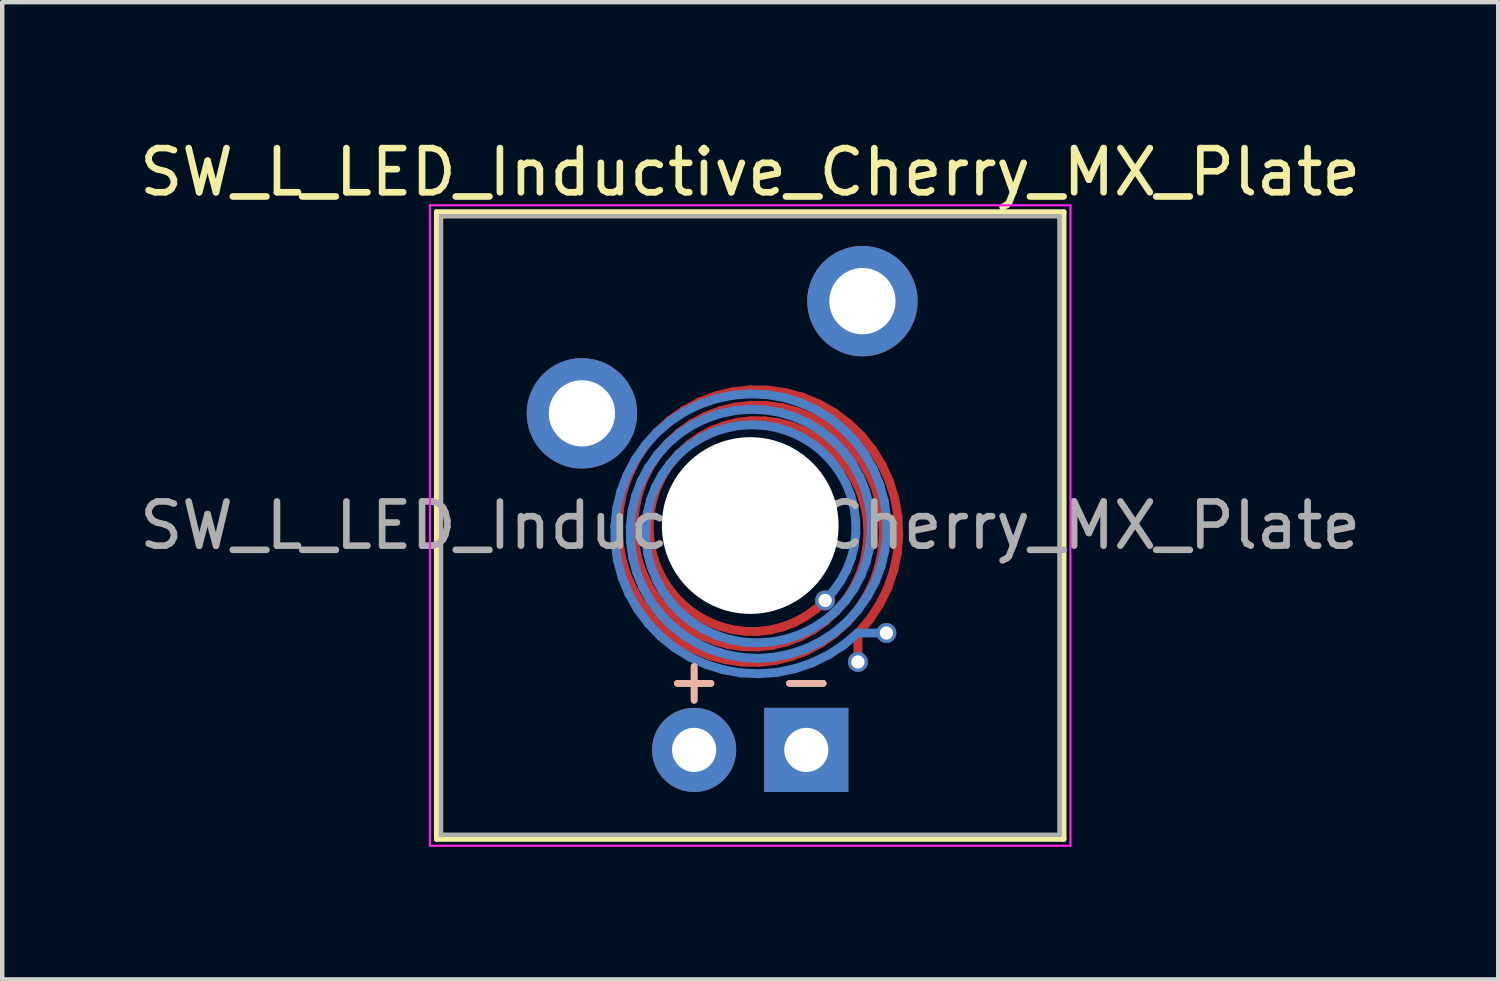
<source format=kicad_pcb>
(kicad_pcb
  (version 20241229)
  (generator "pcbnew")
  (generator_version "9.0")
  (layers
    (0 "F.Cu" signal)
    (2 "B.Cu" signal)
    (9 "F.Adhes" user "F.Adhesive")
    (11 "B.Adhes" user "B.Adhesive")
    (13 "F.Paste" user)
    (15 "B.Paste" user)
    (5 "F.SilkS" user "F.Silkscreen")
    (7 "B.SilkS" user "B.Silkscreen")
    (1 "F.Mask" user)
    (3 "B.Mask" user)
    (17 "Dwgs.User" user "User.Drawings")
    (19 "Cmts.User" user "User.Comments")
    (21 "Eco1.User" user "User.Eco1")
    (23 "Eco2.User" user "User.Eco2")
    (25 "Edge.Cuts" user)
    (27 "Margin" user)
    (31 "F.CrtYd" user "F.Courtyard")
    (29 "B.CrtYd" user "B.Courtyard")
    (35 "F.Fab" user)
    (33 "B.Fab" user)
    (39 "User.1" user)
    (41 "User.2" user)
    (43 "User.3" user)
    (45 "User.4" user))
  (footprint "SW_L_LED_Inductive_Cherry_MX_Plate"
    (layer "F.Cu")
    (at 13.935 8.848)
    (property "Reference" "SW_L_LED_Inductive_Cherry_MX_Plate" (at 0 -8 0) (layer "F.SilkS") (effects (font (size 1 1) (thickness 0.15))))
    (attr through_hole)
    (fp_line (start -2.988 0.003) (end -2.959 -0.384) (stroke (width 0.2) (type solid)) (layer "F.Cu"))
    (fp_line (start -2.969 0.39) (end -2.988 0.003) (stroke (width 0.2) (type solid)) (layer "F.Cu"))
    (fp_line (start -2.959 -0.384) (end -2.881 -0.766) (stroke (width 0.2) (type solid)) (layer "F.Cu"))
    (fp_line (start -2.902 0.771) (end -2.969 0.39) (stroke (width 0.2) (type solid)) (layer "F.Cu"))
    (fp_line (start -2.881 -0.766) (end -2.755 -1.136) (stroke (width 0.2) (type solid)) (layer "F.Cu"))
    (fp_line (start -2.788 1.14) (end -2.902 0.771) (stroke (width 0.2) (type solid)) (layer "F.Cu"))
    (fp_line (start -2.755 -1.136) (end -2.584 -1.487) (stroke (width 0.2) (type solid)) (layer "F.Cu"))
    (fp_line (start -2.639 0.014) (end -2.613 -0.33) (stroke (width 0.2) (type solid)) (layer "F.Cu"))
    (fp_line (start -2.628 1.49) (end -2.788 1.14) (stroke (width 0.2) (type solid)) (layer "F.Cu"))
    (fp_line (start -2.621 0.357) (end -2.639 0.014) (stroke (width 0.2) (type solid)) (layer "F.Cu"))
    (fp_line (start -2.613 -0.33) (end -2.545 -0.668) (stroke (width 0.2) (type solid)) (layer "F.Cu"))
    (fp_line (start -2.584 -1.487) (end -2.369 -1.815) (stroke (width 0.2) (type solid)) (layer "F.Cu"))
    (fp_line (start -2.56 0.695) (end -2.621 0.357) (stroke (width 0.2) (type solid)) (layer "F.Cu"))
    (fp_line (start -2.545 -0.668) (end -2.434 -0.997) (stroke (width 0.2) (type solid)) (layer "F.Cu"))
    (fp_line (start -2.458 1.021) (end -2.56 0.695) (stroke (width 0.2) (type solid)) (layer "F.Cu"))
    (fp_line (start -2.434 -0.997) (end -2.283 -1.309) (stroke (width 0.2) (type solid)) (layer "F.Cu"))
    (fp_line (start -2.427 1.817) (end -2.628 1.49) (stroke (width 0.2) (type solid)) (layer "F.Cu"))
    (fp_line (start -2.369 -1.815) (end -2.115 -2.115) (stroke (width 0.2) (type solid)) (layer "F.Cu"))
    (fp_line (start -2.316 1.331) (end -2.458 1.021) (stroke (width 0.2) (type solid)) (layer "F.Cu"))
    (fp_line (start -2.289 0.025) (end -2.267 -0.275) (stroke (width 0.2) (type solid)) (layer "F.Cu"))
    (fp_line (start -2.283 -1.309) (end -2.093 -1.601) (stroke (width 0.2) (type solid)) (layer "F.Cu"))
    (fp_line (start -2.272 0.324) (end -2.289 0.025) (stroke (width 0.2) (type solid)) (layer "F.Cu"))
    (fp_line (start -2.267 -0.275) (end -2.209 -0.571) (stroke (width 0.2) (type solid)) (layer "F.Cu"))
    (fp_line (start -2.219 0.618) (end -2.272 0.324) (stroke (width 0.2) (type solid)) (layer "F.Cu"))
    (fp_line (start -2.209 -0.571) (end -2.113 -0.858) (stroke (width 0.2) (type solid)) (layer "F.Cu"))
    (fp_line (start -2.186 2.116) (end -2.427 1.817) (stroke (width 0.2) (type solid)) (layer "F.Cu"))
    (fp_line (start -2.137 1.62) (end -2.316 1.331) (stroke (width 0.2) (type solid)) (layer "F.Cu"))
    (fp_line (start -2.129 0.902) (end -2.219 0.618) (stroke (width 0.2) (type solid)) (layer "F.Cu"))
    (fp_line (start -2.115 -2.115) (end -1.824 -2.38) (stroke (width 0.2) (type solid)) (layer "F.Cu"))
    (fp_line (start -2.113 -0.858) (end -1.981 -1.131) (stroke (width 0.2) (type solid)) (layer "F.Cu"))
    (fp_line (start -2.093 -1.601) (end -1.867 -1.867) (stroke (width 0.2) (type solid)) (layer "F.Cu"))
    (fp_line (start -2.005 1.172) (end -2.129 0.902) (stroke (width 0.2) (type solid)) (layer "F.Cu"))
    (fp_line (start -1.981 -1.131) (end -1.816 -1.386) (stroke (width 0.2) (type solid)) (layer "F.Cu"))
    (fp_line (start -1.924 1.884) (end -2.137 1.62) (stroke (width 0.2) (type solid)) (layer "F.Cu"))
    (fp_line (start -1.911 2.381) (end -2.186 2.116) (stroke (width 0.2) (type solid)) (layer "F.Cu"))
    (fp_line (start -1.867 -1.867) (end -1.609 -2.104) (stroke (width 0.2) (type solid)) (layer "F.Cu"))
    (fp_line (start -1.848 1.424) (end -2.005 1.172) (stroke (width 0.2) (type solid)) (layer "F.Cu"))
    (fp_line (start -1.824 -2.38) (end -1.501 -2.608) (stroke (width 0.2) (type solid)) (layer "F.Cu"))
    (fp_line (start -1.816 -1.386) (end -1.62 -1.62) (stroke (width 0.2) (type solid)) (layer "F.Cu"))
    (fp_line (start -1.68 2.119) (end -1.924 1.884) (stroke (width 0.2) (type solid)) (layer "F.Cu"))
    (fp_line (start -1.661 1.653) (end -1.848 1.424) (stroke (width 0.2) (type solid)) (layer "F.Cu"))
    (fp_line (start -1.62 -1.62) (end -1.395 -1.827) (stroke (width 0.2) (type solid)) (layer "F.Cu"))
    (fp_line (start -1.609 -2.104) (end -1.323 -2.307) (stroke (width 0.2) (type solid)) (layer "F.Cu"))
    (fp_line (start -1.605 2.609) (end -1.911 2.381) (stroke (width 0.2) (type solid)) (layer "F.Cu"))
    (fp_line (start -1.501 -2.608) (end -1.152 -2.794) (stroke (width 0.2) (type solid)) (layer "F.Cu"))
    (fp_line (start -1.448 1.856) (end -1.661 1.653) (stroke (width 0.2) (type solid)) (layer "F.Cu"))
    (fp_line (start -1.409 2.32) (end -1.68 2.119) (stroke (width 0.2) (type solid)) (layer "F.Cu"))
    (fp_line (start -1.395 -1.827) (end -1.145 -2.005) (stroke (width 0.2) (type solid)) (layer "F.Cu"))
    (fp_line (start -1.323 -2.307) (end -1.013 -2.472) (stroke (width 0.2) (type solid)) (layer "F.Cu"))
    (fp_line (start -1.274 2.797) (end -1.605 2.609) (stroke (width 0.2) (type solid)) (layer "F.Cu"))
    (fp_line (start -1.212 2.03) (end -1.448 1.856) (stroke (width 0.2) (type solid)) (layer "F.Cu"))
    (fp_line (start -1.152 -2.794) (end -0.782 -2.935) (stroke (width 0.2) (type solid)) (layer "F.Cu"))
    (fp_line (start -1.145 -2.005) (end -0.874 -2.151) (stroke (width 0.2) (type solid)) (layer "F.Cu"))
    (fp_line (start -1.115 2.485) (end -1.409 2.32) (stroke (width 0.2) (type solid)) (layer "F.Cu"))
    (fp_line (start -1.013 -2.472) (end -0.684 -2.598) (stroke (width 0.2) (type solid)) (layer "F.Cu"))
    (fp_line (start -0.956 2.173) (end -1.212 2.03) (stroke (width 0.2) (type solid)) (layer "F.Cu"))
    (fp_line (start -0.923 2.941) (end -1.274 2.797) (stroke (width 0.2) (type solid)) (layer "F.Cu"))
    (fp_line (start -0.874 -2.151) (end -0.586 -2.262) (stroke (width 0.2) (type solid)) (layer "F.Cu"))
    (fp_line (start -0.804 2.612) (end -1.115 2.485) (stroke (width 0.2) (type solid)) (layer "F.Cu"))
    (fp_line (start -0.782 -2.935) (end -0.395 -3.028) (stroke (width 0.2) (type solid)) (layer "F.Cu"))
    (fp_line (start -0.686 2.283) (end -0.956 2.173) (stroke (width 0.2) (type solid)) (layer "F.Cu"))
    (fp_line (start -0.684 -2.598) (end -0.341 -2.682) (stroke (width 0.2) (type solid)) (layer "F.Cu"))
    (fp_line (start -0.586 -2.262) (end -0.286 -2.337) (stroke (width 0.2) (type solid)) (layer "F.Cu"))
    (fp_line (start -0.557 3.04) (end -0.923 2.941) (stroke (width 0.2) (type solid)) (layer "F.Cu"))
    (fp_line (start -0.481 2.699) (end -0.804 2.612) (stroke (width 0.2) (type solid)) (layer "F.Cu"))
    (fp_line (start -0.405 2.357) (end -0.686 2.283) (stroke (width 0.2) (type solid)) (layer "F.Cu"))
    (fp_line (start -0.395 -3.028) (end 0.000302 -3.072) (stroke (width 0.2) (type solid)) (layer "F.Cu"))
    (fp_line (start -0.341 -2.682) (end 0.011 -2.723) (stroke (width 0.2) (type solid)) (layer "F.Cu"))
    (fp_line (start -0.286 -2.337) (end 0.022 -2.373) (stroke (width 0.2) (type solid)) (layer "F.Cu"))
    (fp_line (start -0.183 3.093) (end -0.557 3.04) (stroke (width 0.2) (type solid)) (layer "F.Cu"))
    (fp_line (start -0.15 2.744) (end -0.481 2.699) (stroke (width 0.2) (type solid)) (layer "F.Cu"))
    (fp_line (start -0.117 2.396) (end -0.405 2.357) (stroke (width 0.2) (type solid)) (layer "F.Cu"))
    (fp_line (start 0.000302 -3.072) (end 0.399 -3.067) (stroke (width 0.2) (type solid)) (layer "F.Cu"))
    (fp_line (start 0.011 -2.723) (end 0.366 -2.718) (stroke (width 0.2) (type solid)) (layer "F.Cu"))
    (fp_line (start 0.022 -2.373) (end 0.333 -2.37) (stroke (width 0.2) (type solid)) (layer "F.Cu"))
    (fp_line (start 0.172 2.398) (end -0.117 2.396) (stroke (width 0.2) (type solid)) (layer "F.Cu"))
    (fp_line (start 0.183 2.748) (end -0.15 2.744) (stroke (width 0.2) (type solid)) (layer "F.Cu"))
    (fp_line (start 0.194 3.098) (end -0.183 3.093) (stroke (width 0.2) (type solid)) (layer "F.Cu"))
    (fp_line (start 0.333 -2.37) (end 0.643 -2.328) (stroke (width 0.2) (type solid)) (layer "F.Cu"))
    (fp_line (start 0.366 -2.718) (end 0.719 -2.67) (stroke (width 0.2) (type solid)) (layer "F.Cu"))
    (fp_line (start 0.399 -3.067) (end 0.795 -3.011) (stroke (width 0.2) (type solid)) (layer "F.Cu"))
    (fp_line (start 0.459 2.364) (end 0.172 2.398) (stroke (width 0.2) (type solid)) (layer "F.Cu"))
    (fp_line (start 0.513 2.709) (end 0.183 2.748) (stroke (width 0.2) (type solid)) (layer "F.Cu"))
    (fp_line (start 0.568 3.055) (end 0.194 3.098) (stroke (width 0.2) (type solid)) (layer "F.Cu"))
    (fp_line (start 0.643 -2.328) (end 0.945 -2.247) (stroke (width 0.2) (type solid)) (layer "F.Cu"))
    (fp_line (start 0.719 -2.67) (end 1.064 -2.577) (stroke (width 0.2) (type solid)) (layer "F.Cu"))
    (fp_line (start 0.737 2.294) (end 0.459 2.364) (stroke (width 0.2) (type solid)) (layer "F.Cu"))
    (fp_line (start 0.795 -3.011) (end 1.182 -2.906) (stroke (width 0.2) (type solid)) (layer "F.Cu"))
    (fp_line (start 0.835 2.63) (end 0.513 2.709) (stroke (width 0.2) (type solid)) (layer "F.Cu"))
    (fp_line (start 0.933 2.966) (end 0.568 3.055) (stroke (width 0.2) (type solid)) (layer "F.Cu"))
    (fp_line (start 0.945 -2.247) (end 1.236 -2.129) (stroke (width 0.2) (type solid)) (layer "F.Cu"))
    (fp_line (start 1.005 2.191) (end 0.737 2.294) (stroke (width 0.2) (type solid)) (layer "F.Cu"))
    (fp_line (start 1.064 -2.577) (end 1.395 -2.441) (stroke (width 0.2) (type solid)) (layer "F.Cu"))
    (fp_line (start 1.144 2.512) (end 0.835 2.63) (stroke (width 0.2) (type solid)) (layer "F.Cu"))
    (fp_line (start 1.182 -2.906) (end 1.554 -2.753) (stroke (width 0.2) (type solid)) (layer "F.Cu"))
    (fp_line (start 1.236 -2.129) (end 1.51 -1.975) (stroke (width 0.2) (type solid)) (layer "F.Cu"))
    (fp_line (start 1.256 2.055) (end 1.005 2.191) (stroke (width 0.2) (type solid)) (layer "F.Cu"))
    (fp_line (start 1.283 2.833) (end 0.933 2.966) (stroke (width 0.2) (type solid)) (layer "F.Cu"))
    (fp_line (start 1.395 -2.441) (end 1.707 -2.265) (stroke (width 0.2) (type solid)) (layer "F.Cu"))
    (fp_line (start 1.434 2.356) (end 1.144 2.512) (stroke (width 0.2) (type solid)) (layer "F.Cu"))
    (fp_line (start 1.488 1.889) (end 1.256 2.055) (stroke (width 0.2) (type solid)) (layer "F.Cu"))
    (fp_line (start 1.51 -1.975) (end 1.764 -1.787) (stroke (width 0.2) (type solid)) (layer "F.Cu"))
    (fp_line (start 1.554 -2.753) (end 1.904 -2.554) (stroke (width 0.2) (type solid)) (layer "F.Cu"))
    (fp_line (start 1.612 2.657) (end 1.283 2.833) (stroke (width 0.2) (type solid)) (layer "F.Cu"))
    (fp_line (start 1.696 1.696) (end 1.488 1.889) (stroke (width 0.2) (type solid)) (layer "F.Cu"))
    (fp_line (start 1.702 2.165) (end 1.434 2.356) (stroke (width 0.2) (type solid)) (layer "F.Cu"))
    (fp_line (start 1.707 -2.265) (end 1.995 -2.05) (stroke (width 0.2) (type solid)) (layer "F.Cu"))
    (fp_line (start 1.764 -1.787) (end 1.993 -1.568) (stroke (width 0.2) (type solid)) (layer "F.Cu"))
    (fp_line (start 1.904 -2.554) (end 2.227 -2.312) (stroke (width 0.2) (type solid)) (layer "F.Cu"))
    (fp_line (start 1.917 2.442) (end 1.612 2.657) (stroke (width 0.2) (type solid)) (layer "F.Cu"))
    (fp_line (start 1.943 1.943) (end 1.702 2.165) (stroke (width 0.2) (type solid)) (layer "F.Cu"))
    (fp_line (start 1.993 -1.568) (end 2.193 -1.322) (stroke (width 0.2) (type solid)) (layer "F.Cu"))
    (fp_line (start 1.995 -2.05) (end 2.255 -1.8) (stroke (width 0.2) (type solid)) (layer "F.Cu"))
    (fp_line (start 2.154 1.694) (end 1.943 1.943) (stroke (width 0.2) (type solid)) (layer "F.Cu"))
    (fp_line (start 2.191 2.191) (end 1.917 2.442) (stroke (width 0.2) (type solid)) (layer "F.Cu"))
    (fp_line (start 2.193 -1.322) (end 2.36 -1.052) (stroke (width 0.2) (type solid)) (layer "F.Cu"))
    (fp_line (start 2.227 -2.312) (end 2.518 -2.031) (stroke (width 0.2) (type solid)) (layer "F.Cu"))
    (fp_line (start 2.255 -1.8) (end 2.482 -1.519) (stroke (width 0.2) (type solid)) (layer "F.Cu"))
    (fp_line (start 2.332 1.42) (end 2.154 1.694) (stroke (width 0.2) (type solid)) (layer "F.Cu"))
    (fp_line (start 2.36 -1.052) (end 2.494 -0.762) (stroke (width 0.2) (type solid)) (layer "F.Cu"))
    (fp_line (start 2.431 1.908) (end 2.191 2.191) (stroke (width 0.2) (type solid)) (layer "F.Cu"))
    (fp_line (start 2.438 2.438) (end 2.438 3.088) (stroke (width 0.2) (type solid)) (layer "F.Cu"))
    (fp_line (start 2.473 1.127) (end 2.332 1.42) (stroke (width 0.2) (type solid)) (layer "F.Cu"))
    (fp_line (start 2.482 -1.519) (end 2.672 -1.211) (stroke (width 0.2) (type solid)) (layer "F.Cu"))
    (fp_line (start 2.494 -0.762) (end 2.59 -0.456) (stroke (width 0.2) (type solid)) (layer "F.Cu"))
    (fp_line (start 2.518 -2.031) (end 2.771 -1.716) (stroke (width 0.2) (type solid)) (layer "F.Cu"))
    (fp_line (start 2.577 0.82) (end 2.473 1.127) (stroke (width 0.2) (type solid)) (layer "F.Cu"))
    (fp_line (start 2.59 -0.456) (end 2.647 -0.141) (stroke (width 0.2) (type solid)) (layer "F.Cu"))
    (fp_line (start 2.633 1.598) (end 2.431 1.908) (stroke (width 0.2) (type solid)) (layer "F.Cu"))
    (fp_line (start 2.64 0.502) (end 2.577 0.82) (stroke (width 0.2) (type solid)) (layer "F.Cu"))
    (fp_line (start 2.647 -0.141) (end 2.664 0.181) (stroke (width 0.2) (type solid)) (layer "F.Cu"))
    (fp_line (start 2.664 0.181) (end 2.64 0.502) (stroke (width 0.2) (type solid)) (layer "F.Cu"))
    (fp_line (start 2.672 -1.211) (end 2.823 -0.88) (stroke (width 0.2) (type solid)) (layer "F.Cu"))
    (fp_line (start 2.708 2.123) (end 2.438 2.438) (stroke (width 0.2) (type solid)) (layer "F.Cu"))
    (fp_line (start 2.771 -1.716) (end 2.984 -1.37) (stroke (width 0.2) (type solid)) (layer "F.Cu"))
    (fp_line (start 2.795 1.266) (end 2.633 1.598) (stroke (width 0.2) (type solid)) (layer "F.Cu"))
    (fp_line (start 2.823 -0.88) (end 2.931 -0.533) (stroke (width 0.2) (type solid)) (layer "F.Cu"))
    (fp_line (start 2.913 0.917) (end 2.795 1.266) (stroke (width 0.2) (type solid)) (layer "F.Cu"))
    (fp_line (start 2.931 -0.533) (end 2.995 -0.174) (stroke (width 0.2) (type solid)) (layer "F.Cu"))
    (fp_line (start 2.934 1.776) (end 2.708 2.123) (stroke (width 0.2) (type solid)) (layer "F.Cu"))
    (fp_line (start 2.984 -1.37) (end 3.152 -0.999) (stroke (width 0.2) (type solid)) (layer "F.Cu"))
    (fp_line (start 2.986 0.557) (end 2.913 0.917) (stroke (width 0.2) (type solid)) (layer "F.Cu"))
    (fp_line (start 2.995 -0.174) (end 3.014 0.192) (stroke (width 0.2) (type solid)) (layer "F.Cu"))
    (fp_line (start 3.014 0.192) (end 2.986 0.557) (stroke (width 0.2) (type solid)) (layer "F.Cu"))
    (fp_line (start 3.116 1.405) (end 2.934 1.776) (stroke (width 0.2) (type solid)) (layer "F.Cu"))
    (fp_line (start 3.152 -0.999) (end 3.273 -0.609) (stroke (width 0.2) (type solid)) (layer "F.Cu"))
    (fp_line (start 3.249 1.015) (end 3.116 1.405) (stroke (width 0.2) (type solid)) (layer "F.Cu"))
    (fp_line (start 3.273 -0.609) (end 3.344 -0.207) (stroke (width 0.2) (type solid)) (layer "F.Cu"))
    (fp_line (start 3.332 0.612) (end 3.249 1.015) (stroke (width 0.2) (type solid)) (layer "F.Cu"))
    (fp_line (start 3.344 -0.207) (end 3.363 0.203) (stroke (width 0.2) (type solid)) (layer "F.Cu"))
    (fp_line (start 3.363 0.203) (end 3.332 0.612) (stroke (width 0.2) (type solid)) (layer "F.Cu"))
    (fp_line (start -3.065 0.001) (end -3.021 -0.394) (stroke (width 0.2) (type solid)) (layer "B.Cu"))
    (fp_line (start -3.06 0.399) (end -3.065 0.001) (stroke (width 0.2) (type solid)) (layer "B.Cu"))
    (fp_line (start -3.021 -0.394) (end -2.928 -0.78) (stroke (width 0.2) (type solid)) (layer "B.Cu"))
    (fp_line (start -3.004 0.794) (end -3.06 0.399) (stroke (width 0.2) (type solid)) (layer "B.Cu"))
    (fp_line (start -2.928 -0.78) (end -2.787 -1.149) (stroke (width 0.2) (type solid)) (layer "B.Cu"))
    (fp_line (start -2.9 1.18) (end -3.004 0.794) (stroke (width 0.2) (type solid)) (layer "B.Cu"))
    (fp_line (start -2.787 -1.149) (end -2.602 -1.498) (stroke (width 0.2) (type solid)) (layer "B.Cu"))
    (fp_line (start -2.747 1.55) (end -2.9 1.18) (stroke (width 0.2) (type solid)) (layer "B.Cu"))
    (fp_line (start -2.716 0.012) (end -2.675 -0.34) (stroke (width 0.2) (type solid)) (layer "B.Cu"))
    (fp_line (start -2.711 0.366) (end -2.716 0.012) (stroke (width 0.2) (type solid)) (layer "B.Cu"))
    (fp_line (start -2.675 -0.34) (end -2.592 -0.682) (stroke (width 0.2) (type solid)) (layer "B.Cu"))
    (fp_line (start -2.663 0.718) (end -2.711 0.366) (stroke (width 0.2) (type solid)) (layer "B.Cu"))
    (fp_line (start -2.602 -1.498) (end -2.375 -1.82) (stroke (width 0.2) (type solid)) (layer "B.Cu"))
    (fp_line (start -2.592 -0.682) (end -2.466 -1.01) (stroke (width 0.2) (type solid)) (layer "B.Cu"))
    (fp_line (start -2.57 1.061) (end -2.663 0.718) (stroke (width 0.2) (type solid)) (layer "B.Cu"))
    (fp_line (start -2.548 1.9) (end -2.747 1.55) (stroke (width 0.2) (type solid)) (layer "B.Cu"))
    (fp_line (start -2.466 -1.01) (end -2.301 -1.32) (stroke (width 0.2) (type solid)) (layer "B.Cu"))
    (fp_line (start -2.435 1.392) (end -2.57 1.061) (stroke (width 0.2) (type solid)) (layer "B.Cu"))
    (fp_line (start -2.375 -1.82) (end -2.11 -2.11) (stroke (width 0.2) (type solid)) (layer "B.Cu"))
    (fp_line (start -2.366 0.023) (end -2.33 -0.285) (stroke (width 0.2) (type solid)) (layer "B.Cu"))
    (fp_line (start -2.363 0.333) (end -2.366 0.023) (stroke (width 0.2) (type solid)) (layer "B.Cu"))
    (fp_line (start -2.33 -0.285) (end -2.256 -0.584) (stroke (width 0.2) (type solid)) (layer "B.Cu"))
    (fp_line (start -2.321 0.641) (end -2.363 0.333) (stroke (width 0.2) (type solid)) (layer "B.Cu"))
    (fp_line (start -2.307 2.222) (end -2.548 1.9) (stroke (width 0.2) (type solid)) (layer "B.Cu"))
    (fp_line (start -2.301 -1.32) (end -2.098 -1.605) (stroke (width 0.2) (type solid)) (layer "B.Cu"))
    (fp_line (start -2.259 1.703) (end -2.435 1.392) (stroke (width 0.2) (type solid)) (layer "B.Cu"))
    (fp_line (start -2.256 -0.584) (end -2.145 -0.871) (stroke (width 0.2) (type solid)) (layer "B.Cu"))
    (fp_line (start -2.241 0.943) (end -2.321 0.641) (stroke (width 0.2) (type solid)) (layer "B.Cu"))
    (fp_line (start -2.145 -0.871) (end -1.999 -1.142) (stroke (width 0.2) (type solid)) (layer "B.Cu"))
    (fp_line (start -2.123 1.233) (end -2.241 0.943) (stroke (width 0.2) (type solid)) (layer "B.Cu"))
    (fp_line (start -2.11 -2.11) (end -1.811 -2.364) (stroke (width 0.2) (type solid)) (layer "B.Cu"))
    (fp_line (start -2.098 -1.605) (end -1.862 -1.862) (stroke (width 0.2) (type solid)) (layer "B.Cu"))
    (fp_line (start -2.045 1.991) (end -2.259 1.703) (stroke (width 0.2) (type solid)) (layer "B.Cu"))
    (fp_line (start -2.027 2.512) (end -2.307 2.222) (stroke (width 0.2) (type solid)) (layer "B.Cu"))
    (fp_line (start -1.999 -1.142) (end -1.822 -1.391) (stroke (width 0.2) (type solid)) (layer "B.Cu"))
    (fp_line (start -1.969 1.506) (end -2.123 1.233) (stroke (width 0.2) (type solid)) (layer "B.Cu"))
    (fp_line (start -1.862 -1.862) (end -1.597 -2.087) (stroke (width 0.2) (type solid)) (layer "B.Cu"))
    (fp_line (start -1.822 -1.391) (end -1.615 -1.615) (stroke (width 0.2) (type solid)) (layer "B.Cu"))
    (fp_line (start -1.811 -2.364) (end -1.484 -2.578) (stroke (width 0.2) (type solid)) (layer "B.Cu"))
    (fp_line (start -1.795 2.25) (end -2.045 1.991) (stroke (width 0.2) (type solid)) (layer "B.Cu"))
    (fp_line (start -1.782 1.759) (end -1.969 1.506) (stroke (width 0.2) (type solid)) (layer "B.Cu"))
    (fp_line (start -1.712 2.766) (end -2.027 2.512) (stroke (width 0.2) (type solid)) (layer "B.Cu"))
    (fp_line (start -1.615 -1.615) (end -1.382 -1.811) (stroke (width 0.2) (type solid)) (layer "B.Cu"))
    (fp_line (start -1.597 -2.087) (end -1.305 -2.277) (stroke (width 0.2) (type solid)) (layer "B.Cu"))
    (fp_line (start -1.564 1.987) (end -1.782 1.759) (stroke (width 0.2) (type solid)) (layer "B.Cu"))
    (fp_line (start -1.515 2.476) (end -1.795 2.25) (stroke (width 0.2) (type solid)) (layer "B.Cu"))
    (fp_line (start -1.484 -2.578) (end -1.133 -2.749) (stroke (width 0.2) (type solid)) (layer "B.Cu"))
    (fp_line (start -1.382 -1.811) (end -1.127 -1.975) (stroke (width 0.2) (type solid)) (layer "B.Cu"))
    (fp_line (start -1.366 2.978) (end -1.712 2.766) (stroke (width 0.2) (type solid)) (layer "B.Cu"))
    (fp_line (start -1.318 2.187) (end -1.564 1.987) (stroke (width 0.2) (type solid)) (layer "B.Cu"))
    (fp_line (start -1.305 -2.277) (end -0.994 -2.427) (stroke (width 0.2) (type solid)) (layer "B.Cu"))
    (fp_line (start -1.207 2.666) (end -1.515 2.476) (stroke (width 0.2) (type solid)) (layer "B.Cu"))
    (fp_line (start -1.133 -2.749) (end -0.764 -2.874) (stroke (width 0.2) (type solid)) (layer "B.Cu"))
    (fp_line (start -1.127 -1.975) (end -0.855 -2.106) (stroke (width 0.2) (type solid)) (layer "B.Cu"))
    (fp_line (start -1.049 2.354) (end -1.318 2.187) (stroke (width 0.2) (type solid)) (layer "B.Cu"))
    (fp_line (start -0.996 3.146) (end -1.366 2.978) (stroke (width 0.2) (type solid)) (layer "B.Cu"))
    (fp_line (start -0.994 -2.427) (end -0.666 -2.538) (stroke (width 0.2) (type solid)) (layer "B.Cu"))
    (fp_line (start -0.878 2.816) (end -1.207 2.666) (stroke (width 0.2) (type solid)) (layer "B.Cu"))
    (fp_line (start -0.855 -2.106) (end -0.569 -2.202) (stroke (width 0.2) (type solid)) (layer "B.Cu"))
    (fp_line (start -0.764 -2.874) (end -0.383 -2.952) (stroke (width 0.2) (type solid)) (layer "B.Cu"))
    (fp_line (start -0.759 2.487) (end -1.049 2.354) (stroke (width 0.2) (type solid)) (layer "B.Cu"))
    (fp_line (start -0.666 -2.538) (end -0.329 -2.606) (stroke (width 0.2) (type solid)) (layer "B.Cu"))
    (fp_line (start -0.608 3.266) (end -0.996 3.146) (stroke (width 0.2) (type solid)) (layer "B.Cu"))
    (fp_line (start -0.569 -2.202) (end -0.274 -2.261) (stroke (width 0.2) (type solid)) (layer "B.Cu"))
    (fp_line (start -0.531 2.924) (end -0.878 2.816) (stroke (width 0.2) (type solid)) (layer "B.Cu"))
    (fp_line (start -0.455 2.583) (end -0.759 2.487) (stroke (width 0.2) (type solid)) (layer "B.Cu"))
    (fp_line (start -0.383 -2.952) (end 0.003 -2.981) (stroke (width 0.2) (type solid)) (layer "B.Cu"))
    (fp_line (start -0.329 -2.606) (end 0.014 -2.632) (stroke (width 0.2) (type solid)) (layer "B.Cu"))
    (fp_line (start -0.274 -2.261) (end 0.025 -2.282) (stroke (width 0.2) (type solid)) (layer "B.Cu"))
    (fp_line (start -0.206 3.337) (end -0.608 3.266) (stroke (width 0.2) (type solid)) (layer "B.Cu"))
    (fp_line (start -0.173 2.988) (end -0.531 2.924) (stroke (width 0.2) (type solid)) (layer "B.Cu"))
    (fp_line (start -0.14 2.64) (end -0.455 2.583) (stroke (width 0.2) (type solid)) (layer "B.Cu"))
    (fp_line (start 0.003 -2.981) (end 0.389 -2.962) (stroke (width 0.2) (type solid)) (layer "B.Cu"))
    (fp_line (start 0.014 -2.632) (end 0.357 -2.614) (stroke (width 0.2) (type solid)) (layer "B.Cu"))
    (fp_line (start 0.025 -2.282) (end 0.324 -2.265) (stroke (width 0.2) (type solid)) (layer "B.Cu"))
    (fp_line (start 0.18 2.657) (end -0.14 2.64) (stroke (width 0.2) (type solid)) (layer "B.Cu"))
    (fp_line (start 0.191 3.007) (end -0.173 2.988) (stroke (width 0.2) (type solid)) (layer "B.Cu"))
    (fp_line (start 0.202 3.356) (end -0.206 3.337) (stroke (width 0.2) (type solid)) (layer "B.Cu"))
    (fp_line (start 0.324 -2.265) (end 0.617 -2.212) (stroke (width 0.2) (type solid)) (layer "B.Cu"))
    (fp_line (start 0.357 -2.614) (end 0.693 -2.554) (stroke (width 0.2) (type solid)) (layer "B.Cu"))
    (fp_line (start 0.389 -2.962) (end 0.769 -2.895) (stroke (width 0.2) (type solid)) (layer "B.Cu"))
    (fp_line (start 0.501 2.633) (end 0.18 2.657) (stroke (width 0.2) (type solid)) (layer "B.Cu"))
    (fp_line (start 0.556 2.979) (end 0.191 3.007) (stroke (width 0.2) (type solid)) (layer "B.Cu"))
    (fp_line (start 0.611 3.325) (end 0.202 3.356) (stroke (width 0.2) (type solid)) (layer "B.Cu"))
    (fp_line (start 0.617 -2.212) (end 0.9 -2.122) (stroke (width 0.2) (type solid)) (layer "B.Cu"))
    (fp_line (start 0.693 -2.554) (end 1.019 -2.452) (stroke (width 0.2) (type solid)) (layer "B.Cu"))
    (fp_line (start 0.769 -2.895) (end 1.137 -2.781) (stroke (width 0.2) (type solid)) (layer "B.Cu"))
    (fp_line (start 0.818 2.57) (end 0.501 2.633) (stroke (width 0.2) (type solid)) (layer "B.Cu"))
    (fp_line (start 0.9 -2.122) (end 1.169 -1.998) (stroke (width 0.2) (type solid)) (layer "B.Cu"))
    (fp_line (start 0.915 2.906) (end 0.556 2.979) (stroke (width 0.2) (type solid)) (layer "B.Cu"))
    (fp_line (start 1.013 3.242) (end 0.611 3.325) (stroke (width 0.2) (type solid)) (layer "B.Cu"))
    (fp_line (start 1.019 -2.452) (end 1.328 -2.31) (stroke (width 0.2) (type solid)) (layer "B.Cu"))
    (fp_line (start 1.124 2.467) (end 0.818 2.57) (stroke (width 0.2) (type solid)) (layer "B.Cu"))
    (fp_line (start 1.137 -2.781) (end 1.487 -2.622) (stroke (width 0.2) (type solid)) (layer "B.Cu"))
    (fp_line (start 1.169 -1.998) (end 1.42 -1.842) (stroke (width 0.2) (type solid)) (layer "B.Cu"))
    (fp_line (start 1.263 2.788) (end 0.915 2.906) (stroke (width 0.2) (type solid)) (layer "B.Cu"))
    (fp_line (start 1.328 -2.31) (end 1.617 -2.131) (stroke (width 0.2) (type solid)) (layer "B.Cu"))
    (fp_line (start 1.402 3.109) (end 1.013 3.242) (stroke (width 0.2) (type solid)) (layer "B.Cu"))
    (fp_line (start 1.416 2.326) (end 1.124 2.467) (stroke (width 0.2) (type solid)) (layer "B.Cu"))
    (fp_line (start 1.42 -1.842) (end 1.648 -1.656) (stroke (width 0.2) (type solid)) (layer "B.Cu"))
    (fp_line (start 1.487 -2.622) (end 1.813 -2.421) (stroke (width 0.2) (type solid)) (layer "B.Cu"))
    (fp_line (start 1.595 2.627) (end 1.263 2.788) (stroke (width 0.2) (type solid)) (layer "B.Cu"))
    (fp_line (start 1.617 -2.131) (end 1.88 -1.919) (stroke (width 0.2) (type solid)) (layer "B.Cu"))
    (fp_line (start 1.648 -1.656) (end 1.851 -1.444) (stroke (width 0.2) (type solid)) (layer "B.Cu"))
    (fp_line (start 1.689 2.149) (end 1.416 2.326) (stroke (width 0.2) (type solid)) (layer "B.Cu"))
    (fp_line (start 1.773 2.928) (end 1.402 3.109) (stroke (width 0.2) (type solid)) (layer "B.Cu"))
    (fp_line (start 1.813 -2.421) (end 2.111 -2.181) (stroke (width 0.2) (type solid)) (layer "B.Cu"))
    (fp_line (start 1.851 -1.444) (end 2.025 -1.208) (stroke (width 0.2) (type solid)) (layer "B.Cu"))
    (fp_line (start 1.88 -1.919) (end 2.113 -1.675) (stroke (width 0.2) (type solid)) (layer "B.Cu"))
    (fp_line (start 1.883 1.483) (end 1.691 1.691) (stroke (width 0.2) (type solid)) (layer "B.Cu"))
    (fp_line (start 1.904 2.425) (end 1.595 2.627) (stroke (width 0.2) (type solid)) (layer "B.Cu"))
    (fp_line (start 1.938 1.938) (end 1.689 2.149) (stroke (width 0.2) (type solid)) (layer "B.Cu"))
    (fp_line (start 2.025 -1.208) (end 2.167 -0.953) (stroke (width 0.2) (type solid)) (layer "B.Cu"))
    (fp_line (start 2.049 1.252) (end 1.883 1.483) (stroke (width 0.2) (type solid)) (layer "B.Cu"))
    (fp_line (start 2.111 -2.181) (end 2.376 -1.906) (stroke (width 0.2) (type solid)) (layer "B.Cu"))
    (fp_line (start 2.113 -1.675) (end 2.314 -1.405) (stroke (width 0.2) (type solid)) (layer "B.Cu"))
    (fp_line (start 2.118 2.702) (end 1.773 2.928) (stroke (width 0.2) (type solid)) (layer "B.Cu"))
    (fp_line (start 2.16 1.698) (end 1.938 1.938) (stroke (width 0.2) (type solid)) (layer "B.Cu"))
    (fp_line (start 2.167 -0.953) (end 2.276 -0.684) (stroke (width 0.2) (type solid)) (layer "B.Cu"))
    (fp_line (start 2.184 1.002) (end 2.049 1.252) (stroke (width 0.2) (type solid)) (layer "B.Cu"))
    (fp_line (start 2.186 2.186) (end 1.904 2.425) (stroke (width 0.2) (type solid)) (layer "B.Cu"))
    (fp_line (start 2.276 -0.684) (end 2.35 -0.403) (stroke (width 0.2) (type solid)) (layer "B.Cu"))
    (fp_line (start 2.288 0.736) (end 2.184 1.002) (stroke (width 0.2) (type solid)) (layer "B.Cu"))
    (fp_line (start 2.314 -1.405) (end 2.479 -1.112) (stroke (width 0.2) (type solid)) (layer "B.Cu"))
    (fp_line (start 2.35 1.431) (end 2.16 1.698) (stroke (width 0.2) (type solid)) (layer "B.Cu"))
    (fp_line (start 2.35 -0.403) (end 2.389 -0.116) (stroke (width 0.2) (type solid)) (layer "B.Cu"))
    (fp_line (start 2.357 0.457) (end 2.288 0.736) (stroke (width 0.2) (type solid)) (layer "B.Cu"))
    (fp_line (start 2.376 -1.906) (end 2.604 -1.601) (stroke (width 0.2) (type solid)) (layer "B.Cu"))
    (fp_line (start 2.389 -0.116) (end 2.391 0.172) (stroke (width 0.2) (type solid)) (layer "B.Cu"))
    (fp_line (start 2.391 0.172) (end 2.357 0.457) (stroke (width 0.2) (type solid)) (layer "B.Cu"))
    (fp_line (start 2.433 2.433) (end 2.118 2.702) (stroke (width 0.2) (type solid)) (layer "B.Cu"))
    (fp_line (start 2.436 1.912) (end 2.186 2.186) (stroke (width 0.2) (type solid)) (layer "B.Cu"))
    (fp_line (start 2.479 -1.112) (end 2.606 -0.802) (stroke (width 0.2) (type solid)) (layer "B.Cu"))
    (fp_line (start 2.505 1.141) (end 2.35 1.431) (stroke (width 0.2) (type solid)) (layer "B.Cu"))
    (fp_line (start 2.604 -1.601) (end 2.791 -1.271) (stroke (width 0.2) (type solid)) (layer "B.Cu"))
    (fp_line (start 2.606 -0.802) (end 2.692 -0.479) (stroke (width 0.2) (type solid)) (layer "B.Cu"))
    (fp_line (start 2.624 0.833) (end 2.505 1.141) (stroke (width 0.2) (type solid)) (layer "B.Cu"))
    (fp_line (start 2.651 1.609) (end 2.436 1.912) (stroke (width 0.2) (type solid)) (layer "B.Cu"))
    (fp_line (start 2.692 -0.479) (end 2.737 -0.149) (stroke (width 0.2) (type solid)) (layer "B.Cu"))
    (fp_line (start 2.703 0.512) (end 2.624 0.833) (stroke (width 0.2) (type solid)) (layer "B.Cu"))
    (fp_line (start 2.737 -0.149) (end 2.741 0.183) (stroke (width 0.2) (type solid)) (layer "B.Cu"))
    (fp_line (start 2.741 0.183) (end 2.703 0.512) (stroke (width 0.2) (type solid)) (layer "B.Cu"))
    (fp_line (start 2.791 -1.271) (end 2.935 -0.921) (stroke (width 0.2) (type solid)) (layer "B.Cu"))
    (fp_line (start 2.827 1.28) (end 2.651 1.609) (stroke (width 0.2) (type solid)) (layer "B.Cu"))
    (fp_line (start 2.935 -0.921) (end 3.034 -0.556) (stroke (width 0.2) (type solid)) (layer "B.Cu"))
    (fp_line (start 2.96 0.931) (end 2.827 1.28) (stroke (width 0.2) (type solid)) (layer "B.Cu"))
    (fp_line (start 3.034 -0.556) (end 3.086 -0.182) (stroke (width 0.2) (type solid)) (layer "B.Cu"))
    (fp_line (start 3.048 0.567) (end 2.96 0.931) (stroke (width 0.2) (type solid)) (layer "B.Cu"))
    (fp_line (start 3.083 2.433) (end 2.433 2.433) (stroke (width 0.2) (type solid)) (layer "B.Cu"))
    (fp_line (start 3.086 -0.182) (end 3.091 0.194) (stroke (width 0.2) (type solid)) (layer "B.Cu"))
    (fp_line (start 3.091 0.194) (end 3.048 0.567) (stroke (width 0.2) (type solid)) (layer "B.Cu"))
    (fp_line (start -7.1 -7.1) (end -7.1 7.1) (stroke (width 0.12) (type solid)) (layer "F.SilkS"))
    (fp_line (start -7.1 7.1) (end 7.1 7.1) (stroke (width 0.12) (type solid)) (layer "F.SilkS"))
    (fp_line (start 7.1 -7.1) (end -7.1 -7.1) (stroke (width 0.12) (type solid)) (layer "F.SilkS"))
    (fp_line (start 7.1 7.1) (end 7.1 -7.1) (stroke (width 0.12) (type solid)) (layer "F.SilkS"))
    (fp_line (start -7.25 -7.25) (end -7.25 7.25) (stroke (width 0.05) (type solid)) (layer "F.CrtYd"))
    (fp_line (start -7.25 7.25) (end 7.25 7.25) (stroke (width 0.05) (type solid)) (layer "F.CrtYd"))
    (fp_line (start 7.25 -7.25) (end -7.25 -7.25) (stroke (width 0.05) (type solid)) (layer "F.CrtYd"))
    (fp_line (start 7.25 7.25) (end 7.25 -7.25) (stroke (width 0.05) (type solid)) (layer "F.CrtYd"))
    (fp_line (start -7 -7) (end -7 7) (stroke (width 0.1) (type solid)) (layer "F.Fab"))
    (fp_line (start -7 7) (end 7 7) (stroke (width 0.1) (type solid)) (layer "F.Fab"))
    (fp_line (start 7 -7) (end -7 -7) (stroke (width 0.1) (type solid)) (layer "F.Fab"))
    (fp_line (start 7 7) (end 7 -7) (stroke (width 0.1) (type solid)) (layer "F.Fab"))
    (fp_text user "+" (at -1.27 3.5 0) (layer "F.SilkS") (effects (font (size 1 1) (thickness 0.15))))
    (fp_text user "-" (at 1.27 3.5 0) (layer "F.SilkS") (effects (font (size 1 1) (thickness 0.15))))
    (fp_text user "-" (at 1.27 3.5 0) (layer "B.SilkS") (effects (font (size 1 1) (thickness 0.15))))
    (fp_text user "+" (at -1.27 3.5 0) (layer "B.SilkS") (effects (font (size 1 1) (thickness 0.15))))
    (fp_text user "${REFERENCE}" (at 0 0 0) (layer "F.Fab") (effects (font (size 1 1) (thickness 0.15))))
    (pad "" np_thru_hole circle (at 0 0) (size 4 4) (drill 4) (layers "*.Cu" "*.Mask"))
    (pad "" thru_hole circle (at 1.696 1.696) (size 0.45 0.45) (drill 0.3) (layers "*.Cu"))
    (pad "1" thru_hole circle (at -3.81 -2.54) (size 2.5 2.5) (drill 1.5) (layers "*.Cu" "B.Mask"))
    (pad "2" thru_hole circle (at 2.54 -5.08) (size 2.5 2.5) (drill 1.5) (layers "*.Cu" "B.Mask"))
    (pad "3" thru_hole circle (at 2.438 3.088) (size 0.45 0.45) (drill 0.3) (layers "*.Cu"))
    (pad "4" thru_hole circle (at 3.083 2.433) (size 0.45 0.45) (drill 0.3) (layers "*.Cu"))
    (pad "5" thru_hole rect (at 1.27 5.08) (size 1.905 1.905) (drill 1) (layers "*.Cu" "B.Mask"))
    (pad "6" thru_hole circle (at -1.27 5.08) (size 1.905 1.905) (drill 1) (layers "*.Cu" "B.Mask")))
  (gr_rect
    (start -3 -3)
    (end 30.869 19.123)
    (stroke (width 0.1) (type default))
    (fill no)
    (layer "Edge.Cuts")))
</source>
